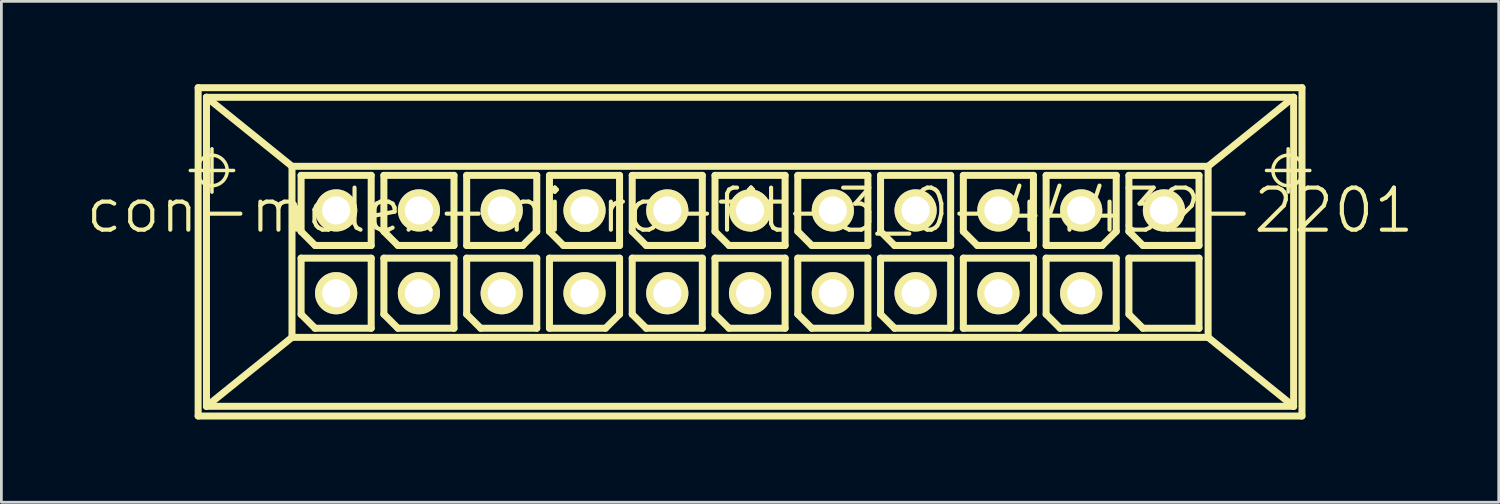
<source format=kicad_pcb>
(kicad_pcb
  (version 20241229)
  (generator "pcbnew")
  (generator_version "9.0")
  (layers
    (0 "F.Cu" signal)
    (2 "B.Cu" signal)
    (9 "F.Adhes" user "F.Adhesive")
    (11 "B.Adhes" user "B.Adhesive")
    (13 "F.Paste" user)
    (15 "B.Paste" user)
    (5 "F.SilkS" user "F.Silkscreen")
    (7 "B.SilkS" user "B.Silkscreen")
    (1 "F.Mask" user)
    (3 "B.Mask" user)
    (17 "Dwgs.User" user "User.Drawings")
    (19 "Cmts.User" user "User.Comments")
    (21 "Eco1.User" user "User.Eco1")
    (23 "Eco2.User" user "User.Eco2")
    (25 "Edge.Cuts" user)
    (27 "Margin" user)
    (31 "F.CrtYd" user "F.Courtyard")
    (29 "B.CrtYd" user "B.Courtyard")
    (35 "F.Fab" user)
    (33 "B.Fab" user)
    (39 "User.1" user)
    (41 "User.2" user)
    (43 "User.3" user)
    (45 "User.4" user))
  (footprint "con-molex-micro-fit-3_0-44432-2201"
    (layer "F.Cu")
    (at 24.13 4.575)
    (property "Reference" "con-molex-micro-fit-3_0-44432-2201" (at 0 0 0) (layer "F.SilkS") (effects (font (size 1.524 1.524) (thickness 0.15))))
    (attr exclude_from_pos_files exclude_from_bom)
    (fp_line (start -20.284 -1.448) (end -18.715 -1.448) (stroke (width 0.127) (type solid)) (layer "F.SilkS"))
    (fp_line (start -20 -4.448) (end 20 -4.448) (stroke (width 0.254) (type solid)) (layer "F.SilkS"))
    (fp_line (start -20 7.45) (end -20 -4.448) (stroke (width 0.254) (type solid)) (layer "F.SilkS"))
    (fp_line (start -19.698 -4.1) (end -16.599 -1.598) (stroke (width 0.254) (type solid)) (layer "F.SilkS"))
    (fp_line (start -19.698 -4.1) (end 19.698 -4.1) (stroke (width 0.254) (type solid)) (layer "F.SilkS"))
    (fp_line (start -19.698 7.099) (end -19.698 -4.1) (stroke (width 0.254) (type solid)) (layer "F.SilkS"))
    (fp_line (start -19.5 -0.663) (end -19.5 -2.233) (stroke (width 0.127) (type solid)) (layer "F.SilkS"))
    (fp_line (start -16.599 -1.598) (end -16.599 4.6) (stroke (width 0.254) (type solid)) (layer "F.SilkS"))
    (fp_line (start -16.599 -1.598) (end 16.599 -1.598) (stroke (width 0.254) (type solid)) (layer "F.SilkS"))
    (fp_line (start -16.599 4.6) (end -19.698 7.099) (stroke (width 0.254) (type solid)) (layer "F.SilkS"))
    (fp_line (start -16.599 4.6) (end 16.599 4.6) (stroke (width 0.254) (type solid)) (layer "F.SilkS"))
    (fp_line (start -16.269 -1.27) (end -13.729 -1.27) (stroke (width 0.254) (type solid)) (layer "F.SilkS"))
    (fp_line (start -16.269 0.762) (end -16.269 -1.27) (stroke (width 0.254) (type solid)) (layer "F.SilkS"))
    (fp_line (start -16.269 1.73) (end -13.729 1.73) (stroke (width 0.254) (type solid)) (layer "F.SilkS"))
    (fp_line (start -16.269 3.762) (end -16.269 1.73) (stroke (width 0.254) (type solid)) (layer "F.SilkS"))
    (fp_line (start -15.761 1.27) (end -16.269 0.762) (stroke (width 0.254) (type solid)) (layer "F.SilkS"))
    (fp_line (start -15.761 4.27) (end -16.269 3.762) (stroke (width 0.254) (type solid)) (layer "F.SilkS"))
    (fp_line (start -13.729 -1.27) (end -13.729 1.27) (stroke (width 0.254) (type solid)) (layer "F.SilkS"))
    (fp_line (start -13.729 1.27) (end -15.761 1.27) (stroke (width 0.254) (type solid)) (layer "F.SilkS"))
    (fp_line (start -13.729 1.73) (end -13.729 4.27) (stroke (width 0.254) (type solid)) (layer "F.SilkS"))
    (fp_line (start -13.729 4.27) (end -15.761 4.27) (stroke (width 0.254) (type solid)) (layer "F.SilkS"))
    (fp_line (start -13.269 -1.27) (end -10.729 -1.27) (stroke (width 0.254) (type solid)) (layer "F.SilkS"))
    (fp_line (start -13.269 0.762) (end -13.269 -1.27) (stroke (width 0.254) (type solid)) (layer "F.SilkS"))
    (fp_line (start -13.269 1.73) (end -10.729 1.73) (stroke (width 0.254) (type solid)) (layer "F.SilkS"))
    (fp_line (start -13.269 3.762) (end -13.269 1.73) (stroke (width 0.254) (type solid)) (layer "F.SilkS"))
    (fp_line (start -12.761 1.27) (end -13.269 0.762) (stroke (width 0.254) (type solid)) (layer "F.SilkS"))
    (fp_line (start -12.761 4.27) (end -13.269 3.762) (stroke (width 0.254) (type solid)) (layer "F.SilkS"))
    (fp_line (start -10.729 -1.27) (end -10.729 1.27) (stroke (width 0.254) (type solid)) (layer "F.SilkS"))
    (fp_line (start -10.729 1.27) (end -12.761 1.27) (stroke (width 0.254) (type solid)) (layer "F.SilkS"))
    (fp_line (start -10.729 1.73) (end -10.729 4.27) (stroke (width 0.254) (type solid)) (layer "F.SilkS"))
    (fp_line (start -10.729 4.27) (end -12.761 4.27) (stroke (width 0.254) (type solid)) (layer "F.SilkS"))
    (fp_line (start -10.269 -1.27) (end -7.729 -1.27) (stroke (width 0.254) (type solid)) (layer "F.SilkS"))
    (fp_line (start -10.269 1.27) (end -10.269 -1.27) (stroke (width 0.254) (type solid)) (layer "F.SilkS"))
    (fp_line (start -10.269 1.73) (end -7.729 1.73) (stroke (width 0.254) (type solid)) (layer "F.SilkS"))
    (fp_line (start -10.269 3.762) (end -10.269 1.73) (stroke (width 0.254) (type solid)) (layer "F.SilkS"))
    (fp_line (start -9.761 4.27) (end -10.269 3.762) (stroke (width 0.254) (type solid)) (layer "F.SilkS"))
    (fp_line (start -8.237 1.27) (end -10.269 1.27) (stroke (width 0.254) (type solid)) (layer "F.SilkS"))
    (fp_line (start -7.729 -1.27) (end -7.729 0.762) (stroke (width 0.254) (type solid)) (layer "F.SilkS"))
    (fp_line (start -7.729 0.762) (end -8.237 1.27) (stroke (width 0.254) (type solid)) (layer "F.SilkS"))
    (fp_line (start -7.729 1.73) (end -7.729 4.27) (stroke (width 0.254) (type solid)) (layer "F.SilkS"))
    (fp_line (start -7.729 4.27) (end -9.761 4.27) (stroke (width 0.254) (type solid)) (layer "F.SilkS"))
    (fp_line (start -7.269 -1.27) (end -4.729 -1.27) (stroke (width 0.254) (type solid)) (layer "F.SilkS"))
    (fp_line (start -7.269 0.762) (end -7.269 -1.27) (stroke (width 0.254) (type solid)) (layer "F.SilkS"))
    (fp_line (start -7.269 1.73) (end -4.729 1.73) (stroke (width 0.254) (type solid)) (layer "F.SilkS"))
    (fp_line (start -7.269 4.27) (end -7.269 1.73) (stroke (width 0.254) (type solid)) (layer "F.SilkS"))
    (fp_line (start -6.761 1.27) (end -7.269 0.762) (stroke (width 0.254) (type solid)) (layer "F.SilkS"))
    (fp_line (start -5.237 4.27) (end -7.269 4.27) (stroke (width 0.254) (type solid)) (layer "F.SilkS"))
    (fp_line (start -4.729 -1.27) (end -4.729 1.27) (stroke (width 0.254) (type solid)) (layer "F.SilkS"))
    (fp_line (start -4.729 1.27) (end -6.761 1.27) (stroke (width 0.254) (type solid)) (layer "F.SilkS"))
    (fp_line (start -4.729 1.73) (end -4.729 3.762) (stroke (width 0.254) (type solid)) (layer "F.SilkS"))
    (fp_line (start -4.729 3.762) (end -5.237 4.27) (stroke (width 0.254) (type solid)) (layer "F.SilkS"))
    (fp_line (start -4.27 -1.27) (end -1.73 -1.27) (stroke (width 0.254) (type solid)) (layer "F.SilkS"))
    (fp_line (start -4.27 0.762) (end -4.27 -1.27) (stroke (width 0.254) (type solid)) (layer "F.SilkS"))
    (fp_line (start -4.27 1.73) (end -1.73 1.73) (stroke (width 0.254) (type solid)) (layer "F.SilkS"))
    (fp_line (start -4.27 3.762) (end -4.27 1.73) (stroke (width 0.254) (type solid)) (layer "F.SilkS"))
    (fp_line (start -3.762 1.27) (end -4.27 0.762) (stroke (width 0.254) (type solid)) (layer "F.SilkS"))
    (fp_line (start -3.762 4.27) (end -4.27 3.762) (stroke (width 0.254) (type solid)) (layer "F.SilkS"))
    (fp_line (start -1.73 -1.27) (end -1.73 1.27) (stroke (width 0.254) (type solid)) (layer "F.SilkS"))
    (fp_line (start -1.73 1.27) (end -3.762 1.27) (stroke (width 0.254) (type solid)) (layer "F.SilkS"))
    (fp_line (start -1.73 1.73) (end -1.73 4.27) (stroke (width 0.254) (type solid)) (layer "F.SilkS"))
    (fp_line (start -1.73 4.27) (end -3.762 4.27) (stroke (width 0.254) (type solid)) (layer "F.SilkS"))
    (fp_line (start -1.27 -1.27) (end 1.27 -1.27) (stroke (width 0.254) (type solid)) (layer "F.SilkS"))
    (fp_line (start -1.27 0.762) (end -1.27 -1.27) (stroke (width 0.254) (type solid)) (layer "F.SilkS"))
    (fp_line (start -1.27 1.73) (end 1.27 1.73) (stroke (width 0.254) (type solid)) (layer "F.SilkS"))
    (fp_line (start -1.27 3.762) (end -1.27 1.73) (stroke (width 0.254) (type solid)) (layer "F.SilkS"))
    (fp_line (start -0.762 1.27) (end -1.27 0.762) (stroke (width 0.254) (type solid)) (layer "F.SilkS"))
    (fp_line (start -0.762 4.27) (end -1.27 3.762) (stroke (width 0.254) (type solid)) (layer "F.SilkS"))
    (fp_line (start 1.27 -1.27) (end 1.27 1.27) (stroke (width 0.254) (type solid)) (layer "F.SilkS"))
    (fp_line (start 1.27 1.27) (end -0.762 1.27) (stroke (width 0.254) (type solid)) (layer "F.SilkS"))
    (fp_line (start 1.27 1.73) (end 1.27 4.27) (stroke (width 0.254) (type solid)) (layer "F.SilkS"))
    (fp_line (start 1.27 4.27) (end -0.762 4.27) (stroke (width 0.254) (type solid)) (layer "F.SilkS"))
    (fp_line (start 1.73 -1.27) (end 4.27 -1.27) (stroke (width 0.254) (type solid)) (layer "F.SilkS"))
    (fp_line (start 1.73 0.762) (end 1.73 -1.27) (stroke (width 0.254) (type solid)) (layer "F.SilkS"))
    (fp_line (start 1.73 1.73) (end 4.27 1.73) (stroke (width 0.254) (type solid)) (layer "F.SilkS"))
    (fp_line (start 1.73 3.762) (end 1.73 1.73) (stroke (width 0.254) (type solid)) (layer "F.SilkS"))
    (fp_line (start 2.238 1.27) (end 1.73 0.762) (stroke (width 0.254) (type solid)) (layer "F.SilkS"))
    (fp_line (start 2.238 4.27) (end 1.73 3.762) (stroke (width 0.254) (type solid)) (layer "F.SilkS"))
    (fp_line (start 4.27 -1.27) (end 4.27 1.27) (stroke (width 0.254) (type solid)) (layer "F.SilkS"))
    (fp_line (start 4.27 1.27) (end 2.238 1.27) (stroke (width 0.254) (type solid)) (layer "F.SilkS"))
    (fp_line (start 4.27 1.73) (end 4.27 4.27) (stroke (width 0.254) (type solid)) (layer "F.SilkS"))
    (fp_line (start 4.27 4.27) (end 2.238 4.27) (stroke (width 0.254) (type solid)) (layer "F.SilkS"))
    (fp_line (start 4.729 -1.27) (end 7.269 -1.27) (stroke (width 0.254) (type solid)) (layer "F.SilkS"))
    (fp_line (start 4.729 0.762) (end 4.729 -1.27) (stroke (width 0.254) (type solid)) (layer "F.SilkS"))
    (fp_line (start 4.729 1.73) (end 7.269 1.73) (stroke (width 0.254) (type solid)) (layer "F.SilkS"))
    (fp_line (start 4.729 3.762) (end 4.729 1.73) (stroke (width 0.254) (type solid)) (layer "F.SilkS"))
    (fp_line (start 5.237 1.27) (end 4.729 0.762) (stroke (width 0.254) (type solid)) (layer "F.SilkS"))
    (fp_line (start 5.237 4.27) (end 4.729 3.762) (stroke (width 0.254) (type solid)) (layer "F.SilkS"))
    (fp_line (start 7.269 -1.27) (end 7.269 1.27) (stroke (width 0.254) (type solid)) (layer "F.SilkS"))
    (fp_line (start 7.269 1.27) (end 5.237 1.27) (stroke (width 0.254) (type solid)) (layer "F.SilkS"))
    (fp_line (start 7.269 1.73) (end 7.269 4.27) (stroke (width 0.254) (type solid)) (layer "F.SilkS"))
    (fp_line (start 7.269 4.27) (end 5.237 4.27) (stroke (width 0.254) (type solid)) (layer "F.SilkS"))
    (fp_line (start 7.729 -1.27) (end 10.269 -1.27) (stroke (width 0.254) (type solid)) (layer "F.SilkS"))
    (fp_line (start 7.729 0.762) (end 7.729 -1.27) (stroke (width 0.254) (type solid)) (layer "F.SilkS"))
    (fp_line (start 7.729 1.73) (end 10.269 1.73) (stroke (width 0.254) (type solid)) (layer "F.SilkS"))
    (fp_line (start 7.729 4.27) (end 7.729 1.73) (stroke (width 0.254) (type solid)) (layer "F.SilkS"))
    (fp_line (start 8.237 1.27) (end 7.729 0.762) (stroke (width 0.254) (type solid)) (layer "F.SilkS"))
    (fp_line (start 9.761 4.27) (end 7.729 4.27) (stroke (width 0.254) (type solid)) (layer "F.SilkS"))
    (fp_line (start 10.269 -1.27) (end 10.269 1.27) (stroke (width 0.254) (type solid)) (layer "F.SilkS"))
    (fp_line (start 10.269 1.27) (end 8.237 1.27) (stroke (width 0.254) (type solid)) (layer "F.SilkS"))
    (fp_line (start 10.269 1.73) (end 10.269 3.762) (stroke (width 0.254) (type solid)) (layer "F.SilkS"))
    (fp_line (start 10.269 3.762) (end 9.761 4.27) (stroke (width 0.254) (type solid)) (layer "F.SilkS"))
    (fp_line (start 10.729 -1.27) (end 13.269 -1.27) (stroke (width 0.254) (type solid)) (layer "F.SilkS"))
    (fp_line (start 10.729 1.27) (end 10.729 -1.27) (stroke (width 0.254) (type solid)) (layer "F.SilkS"))
    (fp_line (start 10.729 1.73) (end 13.269 1.73) (stroke (width 0.254) (type solid)) (layer "F.SilkS"))
    (fp_line (start 10.729 3.762) (end 10.729 1.73) (stroke (width 0.254) (type solid)) (layer "F.SilkS"))
    (fp_line (start 11.237 4.27) (end 10.729 3.762) (stroke (width 0.254) (type solid)) (layer "F.SilkS"))
    (fp_line (start 12.761 1.27) (end 10.729 1.27) (stroke (width 0.254) (type solid)) (layer "F.SilkS"))
    (fp_line (start 13.269 -1.27) (end 13.269 0.762) (stroke (width 0.254) (type solid)) (layer "F.SilkS"))
    (fp_line (start 13.269 0.762) (end 12.761 1.27) (stroke (width 0.254) (type solid)) (layer "F.SilkS"))
    (fp_line (start 13.269 1.73) (end 13.269 4.27) (stroke (width 0.254) (type solid)) (layer "F.SilkS"))
    (fp_line (start 13.269 4.27) (end 11.237 4.27) (stroke (width 0.254) (type solid)) (layer "F.SilkS"))
    (fp_line (start 13.729 -1.27) (end 16.269 -1.27) (stroke (width 0.254) (type solid)) (layer "F.SilkS"))
    (fp_line (start 13.729 0.762) (end 13.729 -1.27) (stroke (width 0.254) (type solid)) (layer "F.SilkS"))
    (fp_line (start 13.729 1.73) (end 16.269 1.73) (stroke (width 0.254) (type solid)) (layer "F.SilkS"))
    (fp_line (start 13.729 3.762) (end 13.729 1.73) (stroke (width 0.254) (type solid)) (layer "F.SilkS"))
    (fp_line (start 14.237 1.27) (end 13.729 0.762) (stroke (width 0.254) (type solid)) (layer "F.SilkS"))
    (fp_line (start 14.237 4.27) (end 13.729 3.762) (stroke (width 0.254) (type solid)) (layer "F.SilkS"))
    (fp_line (start 16.269 -1.27) (end 16.269 1.27) (stroke (width 0.254) (type solid)) (layer "F.SilkS"))
    (fp_line (start 16.269 1.27) (end 14.237 1.27) (stroke (width 0.254) (type solid)) (layer "F.SilkS"))
    (fp_line (start 16.269 1.73) (end 16.269 4.27) (stroke (width 0.254) (type solid)) (layer "F.SilkS"))
    (fp_line (start 16.269 4.27) (end 14.237 4.27) (stroke (width 0.254) (type solid)) (layer "F.SilkS"))
    (fp_line (start 16.599 -1.598) (end 19.698 -4.1) (stroke (width 0.254) (type solid)) (layer "F.SilkS"))
    (fp_line (start 16.599 4.6) (end 16.599 -1.598) (stroke (width 0.254) (type solid)) (layer "F.SilkS"))
    (fp_line (start 16.599 4.6) (end 19.698 7.099) (stroke (width 0.254) (type solid)) (layer "F.SilkS"))
    (fp_line (start 18.715 -1.448) (end 20.284 -1.448) (stroke (width 0.127) (type solid)) (layer "F.SilkS"))
    (fp_line (start 19.5 -0.663) (end 19.5 -2.233) (stroke (width 0.127) (type solid)) (layer "F.SilkS"))
    (fp_line (start 19.698 -4.1) (end 19.698 7.099) (stroke (width 0.254) (type solid)) (layer "F.SilkS"))
    (fp_line (start 19.698 7.099) (end -19.698 7.099) (stroke (width 0.254) (type solid)) (layer "F.SilkS"))
    (fp_line (start 20 -4.448) (end 20 7.45) (stroke (width 0.254) (type solid)) (layer "F.SilkS"))
    (fp_line (start 20 7.45) (end -20 7.45) (stroke (width 0.254) (type solid)) (layer "F.SilkS"))
    (fp_circle (center -19.5 -1.448) (end -19.891 -1.839) (stroke (width 0.127) (type solid)) (fill no) (layer "F.SilkS"))
    (fp_circle (center 19.5 -1.448) (end 19.891 -1.839) (stroke (width 0.127) (type solid)) (fill no) (layer "F.SilkS"))
    (pad "P$1" thru_hole rect (at 14.999 3) (size 0.001 0.001) (drill 1.019) (layers "*.Cu" "F.Mask" "F.SilkS" "F.Paste"))
    (pad "P$2" thru_hole circle (at 11.999 3) (size 1.529 1.529) (drill 1.019) (layers "*.Cu" "F.Mask" "F.SilkS" "F.Paste"))
    (pad "P$3" thru_hole circle (at 8.999 3) (size 1.529 1.529) (drill 1.019) (layers "*.Cu" "F.Mask" "F.SilkS" "F.Paste"))
    (pad "P$4" thru_hole circle (at 5.999 3) (size 1.529 1.529) (drill 1.019) (layers "*.Cu" "F.Mask" "F.SilkS" "F.Paste"))
    (pad "P$5" thru_hole circle (at 3 3) (size 1.529 1.529) (drill 1.019) (layers "*.Cu" "F.Mask" "F.SilkS" "F.Paste"))
    (pad "P$6" thru_hole circle (at 0 3) (size 1.529 1.529) (drill 1.019) (layers "*.Cu" "F.Mask" "F.SilkS" "F.Paste"))
    (pad "P$7" thru_hole circle (at -3 3) (size 1.529 1.529) (drill 1.019) (layers "*.Cu" "F.Mask" "F.SilkS" "F.Paste"))
    (pad "P$8" thru_hole circle (at -5.999 3) (size 1.529 1.529) (drill 1.019) (layers "*.Cu" "F.Mask" "F.SilkS" "F.Paste"))
    (pad "P$9" thru_hole circle (at -8.999 3) (size 1.529 1.529) (drill 1.019) (layers "*.Cu" "F.Mask" "F.SilkS" "F.Paste"))
    (pad "P$10" thru_hole circle (at -11.999 3) (size 1.529 1.529) (drill 1.019) (layers "*.Cu" "F.Mask" "F.SilkS" "F.Paste"))
    (pad "P$11" thru_hole circle (at -14.999 3) (size 1.529 1.529) (drill 1.019) (layers "*.Cu" "F.Mask" "F.SilkS" "F.Paste"))
    (pad "P$12" thru_hole circle (at 14.999 0) (size 1.529 1.529) (drill 1.019) (layers "*.Cu" "F.Mask" "F.SilkS" "F.Paste"))
    (pad "P$13" thru_hole circle (at 11.999 0) (size 1.529 1.529) (drill 1.019) (layers "*.Cu" "F.Mask" "F.SilkS" "F.Paste"))
    (pad "P$14" thru_hole circle (at 8.999 0) (size 1.529 1.529) (drill 1.019) (layers "*.Cu" "F.Mask" "F.SilkS" "F.Paste"))
    (pad "P$15" thru_hole circle (at 5.999 0) (size 1.529 1.529) (drill 1.019) (layers "*.Cu" "F.Mask" "F.SilkS" "F.Paste"))
    (pad "P$16" thru_hole circle (at 3 0) (size 1.529 1.529) (drill 1.019) (layers "*.Cu" "F.Mask" "F.SilkS" "F.Paste"))
    (pad "P$17" thru_hole circle (at 0 0) (size 1.529 1.529) (drill 1.019) (layers "*.Cu" "F.Mask" "F.SilkS" "F.Paste"))
    (pad "P$18" thru_hole circle (at -3 0) (size 1.529 1.529) (drill 1.019) (layers "*.Cu" "F.Mask" "F.SilkS" "F.Paste"))
    (pad "P$19" thru_hole circle (at -5.999 0) (size 1.529 1.529) (drill 1.019) (layers "*.Cu" "F.Mask" "F.SilkS" "F.Paste"))
    (pad "P$20" thru_hole circle (at -8.999 0) (size 1.529 1.529) (drill 1.019) (layers "*.Cu" "F.Mask" "F.SilkS" "F.Paste"))
    (pad "P$21" thru_hole circle (at -11.999 0) (size 1.529 1.529) (drill 1.019) (layers "*.Cu" "F.Mask" "F.SilkS" "F.Paste"))
    (pad "P$22" thru_hole circle (at -14.999 0) (size 1.529 1.529) (drill 1.019) (layers "*.Cu" "F.Mask" "F.SilkS" "F.Paste")))
  (gr_rect
    (start -3 -3)
    (end 51.26 15.151)
    (stroke (width 0.1) (type default))
    (fill no)
    (layer "Edge.Cuts")))
</source>
